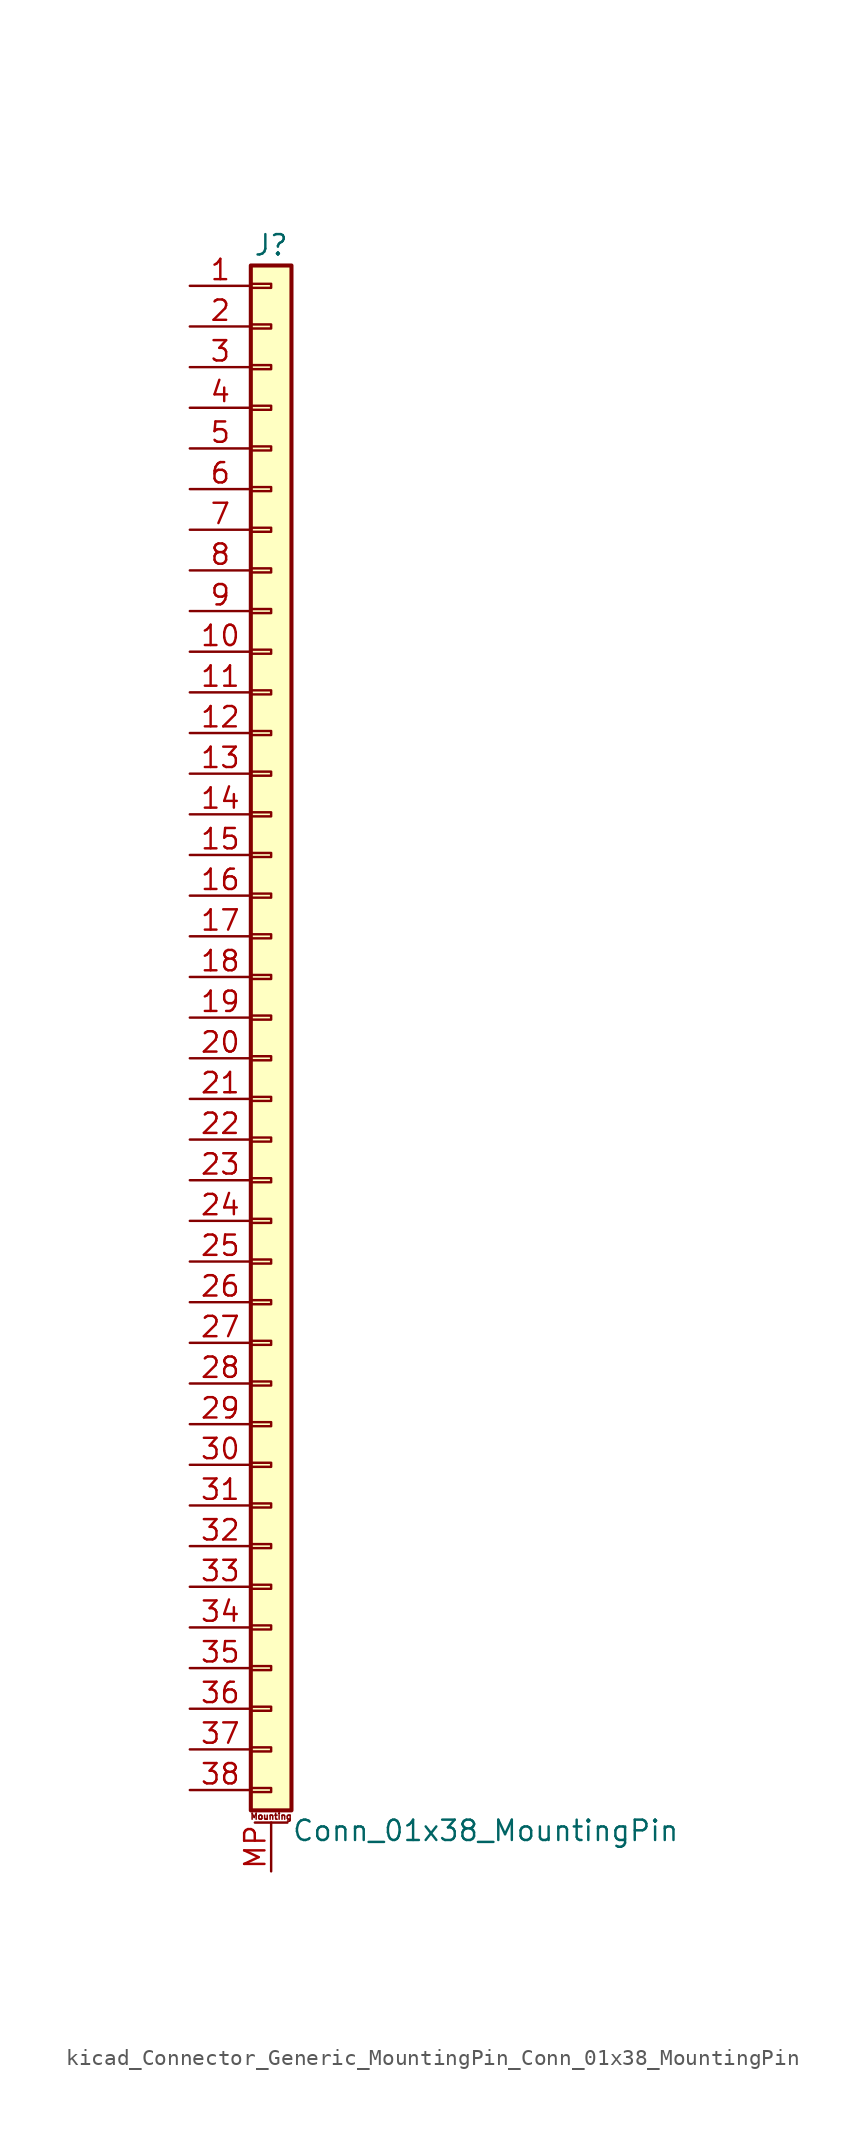
<source format=kicad_sym>
(kicad_symbol_lib
  (version 20220914)
  (generator kicad_symbol_editor)
  (symbol "kicad_Connector_Generic_MountingPin_Conn_01x38_MountingPin"
    (pin_names
      (offset 1.016) hide)
    (property "Reference" "J"
      (at 0 48.26 0)
      (effects (font (size 1.27 1.27))))
    (property "Value" "Conn_01x38_MountingPin"
      (at 1.27 -50.8 0)
      (effects (font (size 1.27 1.27)) (justify left)))
    (symbol "kicad_Connector_Generic_MountingPin_Conn_01x38_MountingPin_1_1"
      (rectangle (start -1.27 -48.133) (end 0 -48.387) (stroke (width 0.152) (type default)) (fill (type none)))
      (rectangle (start -1.27 -45.593) (end 0 -45.847) (stroke (width 0.152) (type default)) (fill (type none)))
      (rectangle (start -1.27 -43.053) (end 0 -43.307) (stroke (width 0.152) (type default)) (fill (type none)))
      (rectangle (start -1.27 -40.513) (end 0 -40.767) (stroke (width 0.152) (type default)) (fill (type none)))
      (rectangle (start -1.27 -37.973) (end 0 -38.227) (stroke (width 0.152) (type default)) (fill (type none)))
      (rectangle (start -1.27 -35.433) (end 0 -35.687) (stroke (width 0.152) (type default)) (fill (type none)))
      (rectangle (start -1.27 -32.893) (end 0 -33.147) (stroke (width 0.152) (type default)) (fill (type none)))
      (rectangle (start -1.27 -30.353) (end 0 -30.607) (stroke (width 0.152) (type default)) (fill (type none)))
      (rectangle (start -1.27 -27.813) (end 0 -28.067) (stroke (width 0.152) (type default)) (fill (type none)))
      (rectangle (start -1.27 -25.273) (end 0 -25.527) (stroke (width 0.152) (type default)) (fill (type none)))
      (rectangle (start -1.27 -22.733) (end 0 -22.987) (stroke (width 0.152) (type default)) (fill (type none)))
      (rectangle (start -1.27 -20.193) (end 0 -20.447) (stroke (width 0.152) (type default)) (fill (type none)))
      (rectangle (start -1.27 -17.653) (end 0 -17.907) (stroke (width 0.152) (type default)) (fill (type none)))
      (rectangle (start -1.27 -15.113) (end 0 -15.367) (stroke (width 0.152) (type default)) (fill (type none)))
      (rectangle (start -1.27 -12.573) (end 0 -12.827) (stroke (width 0.152) (type default)) (fill (type none)))
      (rectangle (start -1.27 -10.033) (end 0 -10.287) (stroke (width 0.152) (type default)) (fill (type none)))
      (rectangle (start -1.27 -7.493) (end 0 -7.747) (stroke (width 0.152) (type default)) (fill (type none)))
      (rectangle (start -1.27 -4.953) (end 0 -5.207) (stroke (width 0.152) (type default)) (fill (type none)))
      (rectangle (start -1.27 -2.413) (end 0 -2.667) (stroke (width 0.152) (type default)) (fill (type none)))
      (rectangle (start -1.27 0.127) (end 0 -0.127) (stroke (width 0.152) (type default)) (fill (type none)))
      (rectangle (start -1.27 2.667) (end 0 2.413) (stroke (width 0.152) (type default)) (fill (type none)))
      (rectangle (start -1.27 5.207) (end 0 4.953) (stroke (width 0.152) (type default)) (fill (type none)))
      (rectangle (start -1.27 7.747) (end 0 7.493) (stroke (width 0.152) (type default)) (fill (type none)))
      (rectangle (start -1.27 10.287) (end 0 10.033) (stroke (width 0.152) (type default)) (fill (type none)))
      (rectangle (start -1.27 12.827) (end 0 12.573) (stroke (width 0.152) (type default)) (fill (type none)))
      (rectangle (start -1.27 15.367) (end 0 15.113) (stroke (width 0.152) (type default)) (fill (type none)))
      (rectangle (start -1.27 17.907) (end 0 17.653) (stroke (width 0.152) (type default)) (fill (type none)))
      (rectangle (start -1.27 20.447) (end 0 20.193) (stroke (width 0.152) (type default)) (fill (type none)))
      (rectangle (start -1.27 22.987) (end 0 22.733) (stroke (width 0.152) (type default)) (fill (type none)))
      (rectangle (start -1.27 25.527) (end 0 25.273) (stroke (width 0.152) (type default)) (fill (type none)))
      (rectangle (start -1.27 28.067) (end 0 27.813) (stroke (width 0.152) (type default)) (fill (type none)))
      (rectangle (start -1.27 30.607) (end 0 30.353) (stroke (width 0.152) (type default)) (fill (type none)))
      (rectangle (start -1.27 33.147) (end 0 32.893) (stroke (width 0.152) (type default)) (fill (type none)))
      (rectangle (start -1.27 35.687) (end 0 35.433) (stroke (width 0.152) (type default)) (fill (type none)))
      (rectangle (start -1.27 38.227) (end 0 37.973) (stroke (width 0.152) (type default)) (fill (type none)))
      (rectangle (start -1.27 40.767) (end 0 40.513) (stroke (width 0.152) (type default)) (fill (type none)))
      (rectangle (start -1.27 43.307) (end 0 43.053) (stroke (width 0.152) (type default)) (fill (type none)))
      (rectangle (start -1.27 45.847) (end 0 45.593) (stroke (width 0.152) (type default)) (fill (type none)))
      (rectangle (start -1.27 46.99) (end 1.27 -49.53) (stroke (width 0.254) (type default)) (fill (type background)))
      (polyline (pts (xy -1.016 -50.292) (xy 1.016 -50.292)) (stroke (width 0.152) (type default)) (fill (type none)))
      (text "Mounting" (at 0 -49.911 0) (effects (font (size 0.381 0.381))))
      (pin passive line (at -5.08 45.72 0) (length 3.81) (name "Pin_1" (effects (font (size 1.27 1.27)))) (number "1" (effects (font (size 1.27 1.27)))))
      (pin passive line (at -5.08 22.86 0) (length 3.81) (name "Pin_10" (effects (font (size 1.27 1.27)))) (number "10" (effects (font (size 1.27 1.27)))))
      (pin passive line (at -5.08 20.32 0) (length 3.81) (name "Pin_11" (effects (font (size 1.27 1.27)))) (number "11" (effects (font (size 1.27 1.27)))))
      (pin passive line (at -5.08 17.78 0) (length 3.81) (name "Pin_12" (effects (font (size 1.27 1.27)))) (number "12" (effects (font (size 1.27 1.27)))))
      (pin passive line (at -5.08 15.24 0) (length 3.81) (name "Pin_13" (effects (font (size 1.27 1.27)))) (number "13" (effects (font (size 1.27 1.27)))))
      (pin passive line (at -5.08 12.7 0) (length 3.81) (name "Pin_14" (effects (font (size 1.27 1.27)))) (number "14" (effects (font (size 1.27 1.27)))))
      (pin passive line (at -5.08 10.16 0) (length 3.81) (name "Pin_15" (effects (font (size 1.27 1.27)))) (number "15" (effects (font (size 1.27 1.27)))))
      (pin passive line (at -5.08 7.62 0) (length 3.81) (name "Pin_16" (effects (font (size 1.27 1.27)))) (number "16" (effects (font (size 1.27 1.27)))))
      (pin passive line (at -5.08 5.08 0) (length 3.81) (name "Pin_17" (effects (font (size 1.27 1.27)))) (number "17" (effects (font (size 1.27 1.27)))))
      (pin passive line (at -5.08 2.54 0) (length 3.81) (name "Pin_18" (effects (font (size 1.27 1.27)))) (number "18" (effects (font (size 1.27 1.27)))))
      (pin passive line (at -5.08 0 0) (length 3.81) (name "Pin_19" (effects (font (size 1.27 1.27)))) (number "19" (effects (font (size 1.27 1.27)))))
      (pin passive line (at -5.08 43.18 0) (length 3.81) (name "Pin_2" (effects (font (size 1.27 1.27)))) (number "2" (effects (font (size 1.27 1.27)))))
      (pin passive line (at -5.08 -2.54 0) (length 3.81) (name "Pin_20" (effects (font (size 1.27 1.27)))) (number "20" (effects (font (size 1.27 1.27)))))
      (pin passive line (at -5.08 -5.08 0) (length 3.81) (name "Pin_21" (effects (font (size 1.27 1.27)))) (number "21" (effects (font (size 1.27 1.27)))))
      (pin passive line (at -5.08 -7.62 0) (length 3.81) (name "Pin_22" (effects (font (size 1.27 1.27)))) (number "22" (effects (font (size 1.27 1.27)))))
      (pin passive line (at -5.08 -10.16 0) (length 3.81) (name "Pin_23" (effects (font (size 1.27 1.27)))) (number "23" (effects (font (size 1.27 1.27)))))
      (pin passive line (at -5.08 -12.7 0) (length 3.81) (name "Pin_24" (effects (font (size 1.27 1.27)))) (number "24" (effects (font (size 1.27 1.27)))))
      (pin passive line (at -5.08 -15.24 0) (length 3.81) (name "Pin_25" (effects (font (size 1.27 1.27)))) (number "25" (effects (font (size 1.27 1.27)))))
      (pin passive line (at -5.08 -17.78 0) (length 3.81) (name "Pin_26" (effects (font (size 1.27 1.27)))) (number "26" (effects (font (size 1.27 1.27)))))
      (pin passive line (at -5.08 -20.32 0) (length 3.81) (name "Pin_27" (effects (font (size 1.27 1.27)))) (number "27" (effects (font (size 1.27 1.27)))))
      (pin passive line (at -5.08 -22.86 0) (length 3.81) (name "Pin_28" (effects (font (size 1.27 1.27)))) (number "28" (effects (font (size 1.27 1.27)))))
      (pin passive line (at -5.08 -25.4 0) (length 3.81) (name "Pin_29" (effects (font (size 1.27 1.27)))) (number "29" (effects (font (size 1.27 1.27)))))
      (pin passive line (at -5.08 40.64 0) (length 3.81) (name "Pin_3" (effects (font (size 1.27 1.27)))) (number "3" (effects (font (size 1.27 1.27)))))
      (pin passive line (at -5.08 -27.94 0) (length 3.81) (name "Pin_30" (effects (font (size 1.27 1.27)))) (number "30" (effects (font (size 1.27 1.27)))))
      (pin passive line (at -5.08 -30.48 0) (length 3.81) (name "Pin_31" (effects (font (size 1.27 1.27)))) (number "31" (effects (font (size 1.27 1.27)))))
      (pin passive line (at -5.08 -33.02 0) (length 3.81) (name "Pin_32" (effects (font (size 1.27 1.27)))) (number "32" (effects (font (size 1.27 1.27)))))
      (pin passive line (at -5.08 -35.56 0) (length 3.81) (name "Pin_33" (effects (font (size 1.27 1.27)))) (number "33" (effects (font (size 1.27 1.27)))))
      (pin passive line (at -5.08 -38.1 0) (length 3.81) (name "Pin_34" (effects (font (size 1.27 1.27)))) (number "34" (effects (font (size 1.27 1.27)))))
      (pin passive line (at -5.08 -40.64 0) (length 3.81) (name "Pin_35" (effects (font (size 1.27 1.27)))) (number "35" (effects (font (size 1.27 1.27)))))
      (pin passive line (at -5.08 -43.18 0) (length 3.81) (name "Pin_36" (effects (font (size 1.27 1.27)))) (number "36" (effects (font (size 1.27 1.27)))))
      (pin passive line (at -5.08 -45.72 0) (length 3.81) (name "Pin_37" (effects (font (size 1.27 1.27)))) (number "37" (effects (font (size 1.27 1.27)))))
      (pin passive line (at -5.08 -48.26 0) (length 3.81) (name "Pin_38" (effects (font (size 1.27 1.27)))) (number "38" (effects (font (size 1.27 1.27)))))
      (pin passive line (at -5.08 38.1 0) (length 3.81) (name "Pin_4" (effects (font (size 1.27 1.27)))) (number "4" (effects (font (size 1.27 1.27)))))
      (pin passive line (at -5.08 35.56 0) (length 3.81) (name "Pin_5" (effects (font (size 1.27 1.27)))) (number "5" (effects (font (size 1.27 1.27)))))
      (pin passive line (at -5.08 33.02 0) (length 3.81) (name "Pin_6" (effects (font (size 1.27 1.27)))) (number "6" (effects (font (size 1.27 1.27)))))
      (pin passive line (at -5.08 30.48 0) (length 3.81) (name "Pin_7" (effects (font (size 1.27 1.27)))) (number "7" (effects (font (size 1.27 1.27)))))
      (pin passive line (at -5.08 27.94 0) (length 3.81) (name "Pin_8" (effects (font (size 1.27 1.27)))) (number "8" (effects (font (size 1.27 1.27)))))
      (pin passive line (at -5.08 25.4 0) (length 3.81) (name "Pin_9" (effects (font (size 1.27 1.27)))) (number "9" (effects (font (size 1.27 1.27)))))
      (pin passive line (at 0 -53.34 90) (length 3.048) (name "MountPin" (effects (font (size 1.27 1.27)))) (number "MP" (effects (font (size 1.27 1.27))))))))
</source>
